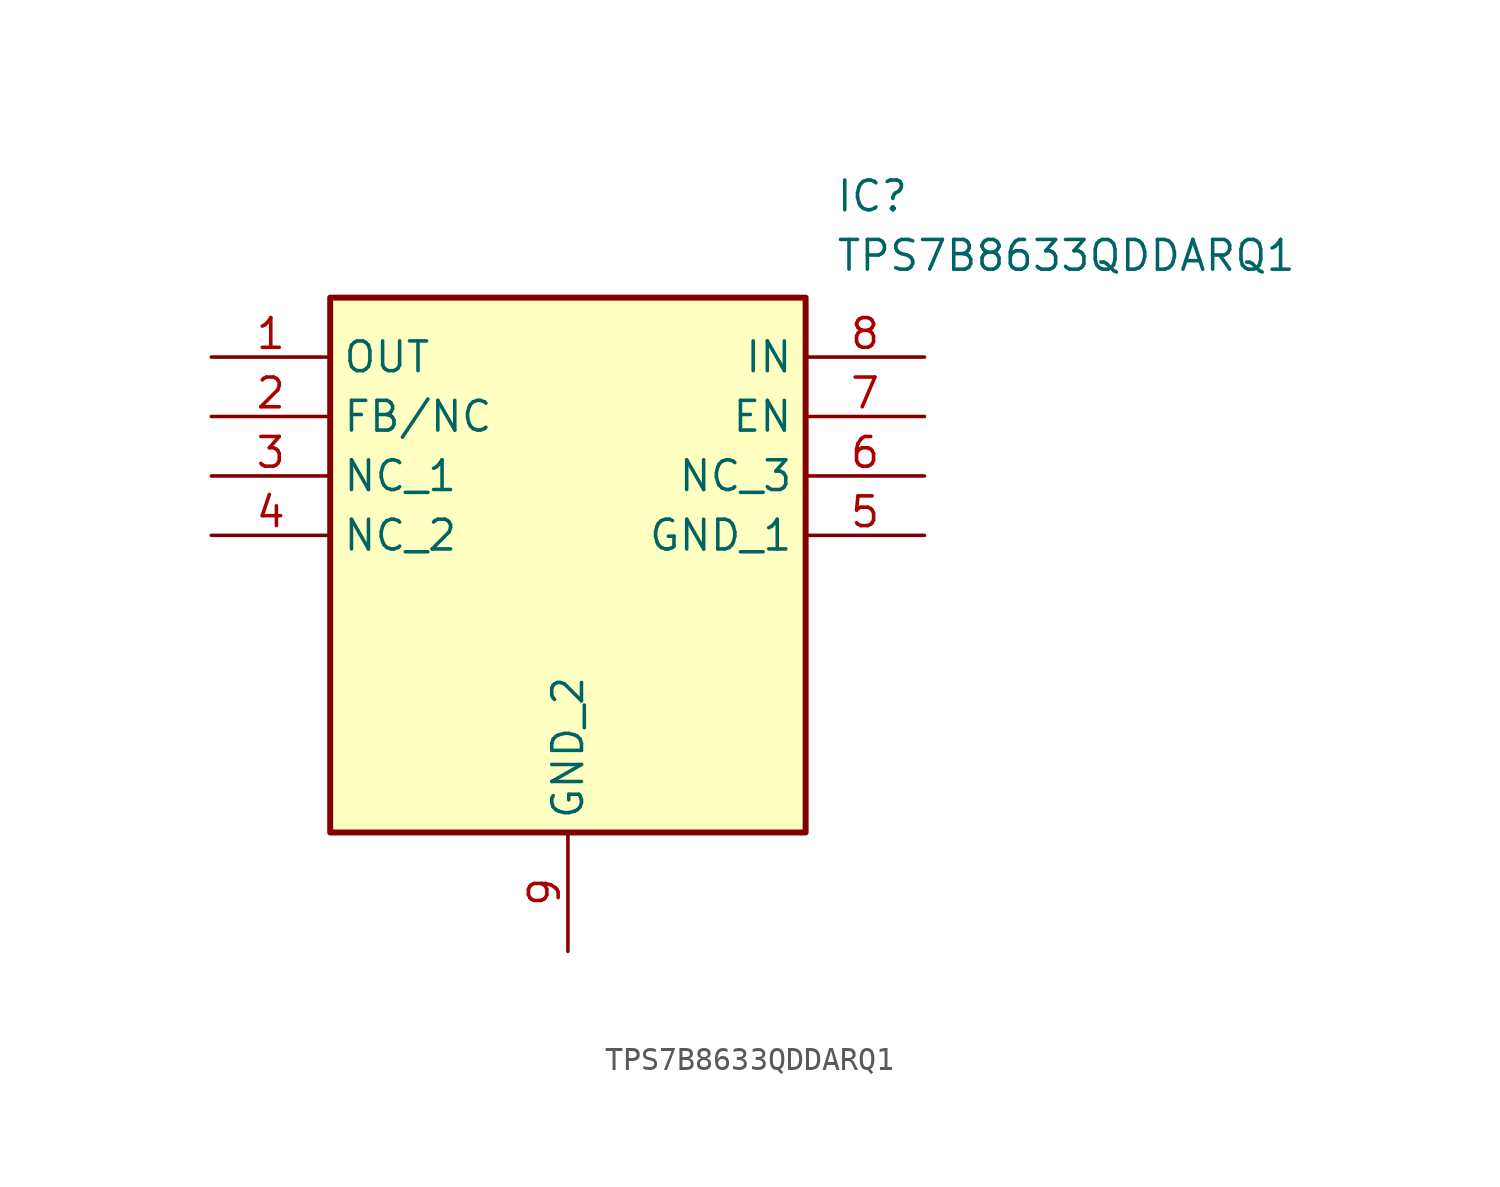
<source format=kicad_sym>
(kicad_symbol_lib
  (version 20211014)
  (generator SamacSys_ECAD_Model)
  (symbol "TPS7B8633QDDARQ1"
    (property "Reference" "IC"
      (at 26.67 7.62 0)
      (effects (font (size 1.27 1.27)) (justify left top)))
    (property "Value" "TPS7B8633QDDARQ1"
      (at 26.67 5.08 0)
      (effects (font (size 1.27 1.27)) (justify left top)))
    (rectangle
      (start 5.08 2.54)
      (end 25.4 -20.32)
      (stroke (width 0.254) (type default))
      (fill (type background)))
    (pin passive line
      (at 0 0 0)
      (length 5.08)
      (name "OUT" (effects (font (size 1.27 1.27))))
      (number "1" (effects (font (size 1.27 1.27)))))
    (pin passive line
      (at 0 -2.54 0)
      (length 5.08)
      (name "FB/NC" (effects (font (size 1.27 1.27))))
      (number "2" (effects (font (size 1.27 1.27)))))
    (pin passive line
      (at 0 -5.08 0)
      (length 5.08)
      (name "NC_1" (effects (font (size 1.27 1.27))))
      (number "3" (effects (font (size 1.27 1.27)))))
    (pin passive line
      (at 0 -7.62 0)
      (length 5.08)
      (name "NC_2" (effects (font (size 1.27 1.27))))
      (number "4" (effects (font (size 1.27 1.27)))))
    (pin passive line
      (at 15.24 -25.4 90)
      (length 5.08)
      (name "GND_2" (effects (font (size 1.27 1.27))))
      (number "9" (effects (font (size 1.27 1.27)))))
    (pin passive line
      (at 30.48 0 180)
      (length 5.08)
      (name "IN" (effects (font (size 1.27 1.27))))
      (number "8" (effects (font (size 1.27 1.27)))))
    (pin passive line
      (at 30.48 -2.54 180)
      (length 5.08)
      (name "EN" (effects (font (size 1.27 1.27))))
      (number "7" (effects (font (size 1.27 1.27)))))
    (pin passive line
      (at 30.48 -5.08 180)
      (length 5.08)
      (name "NC_3" (effects (font (size 1.27 1.27))))
      (number "6" (effects (font (size 1.27 1.27)))))
    (pin passive line
      (at 30.48 -7.62 180)
      (length 5.08)
      (name "GND_1" (effects (font (size 1.27 1.27))))
      (number "5" (effects (font (size 1.27 1.27)))))))
</source>
